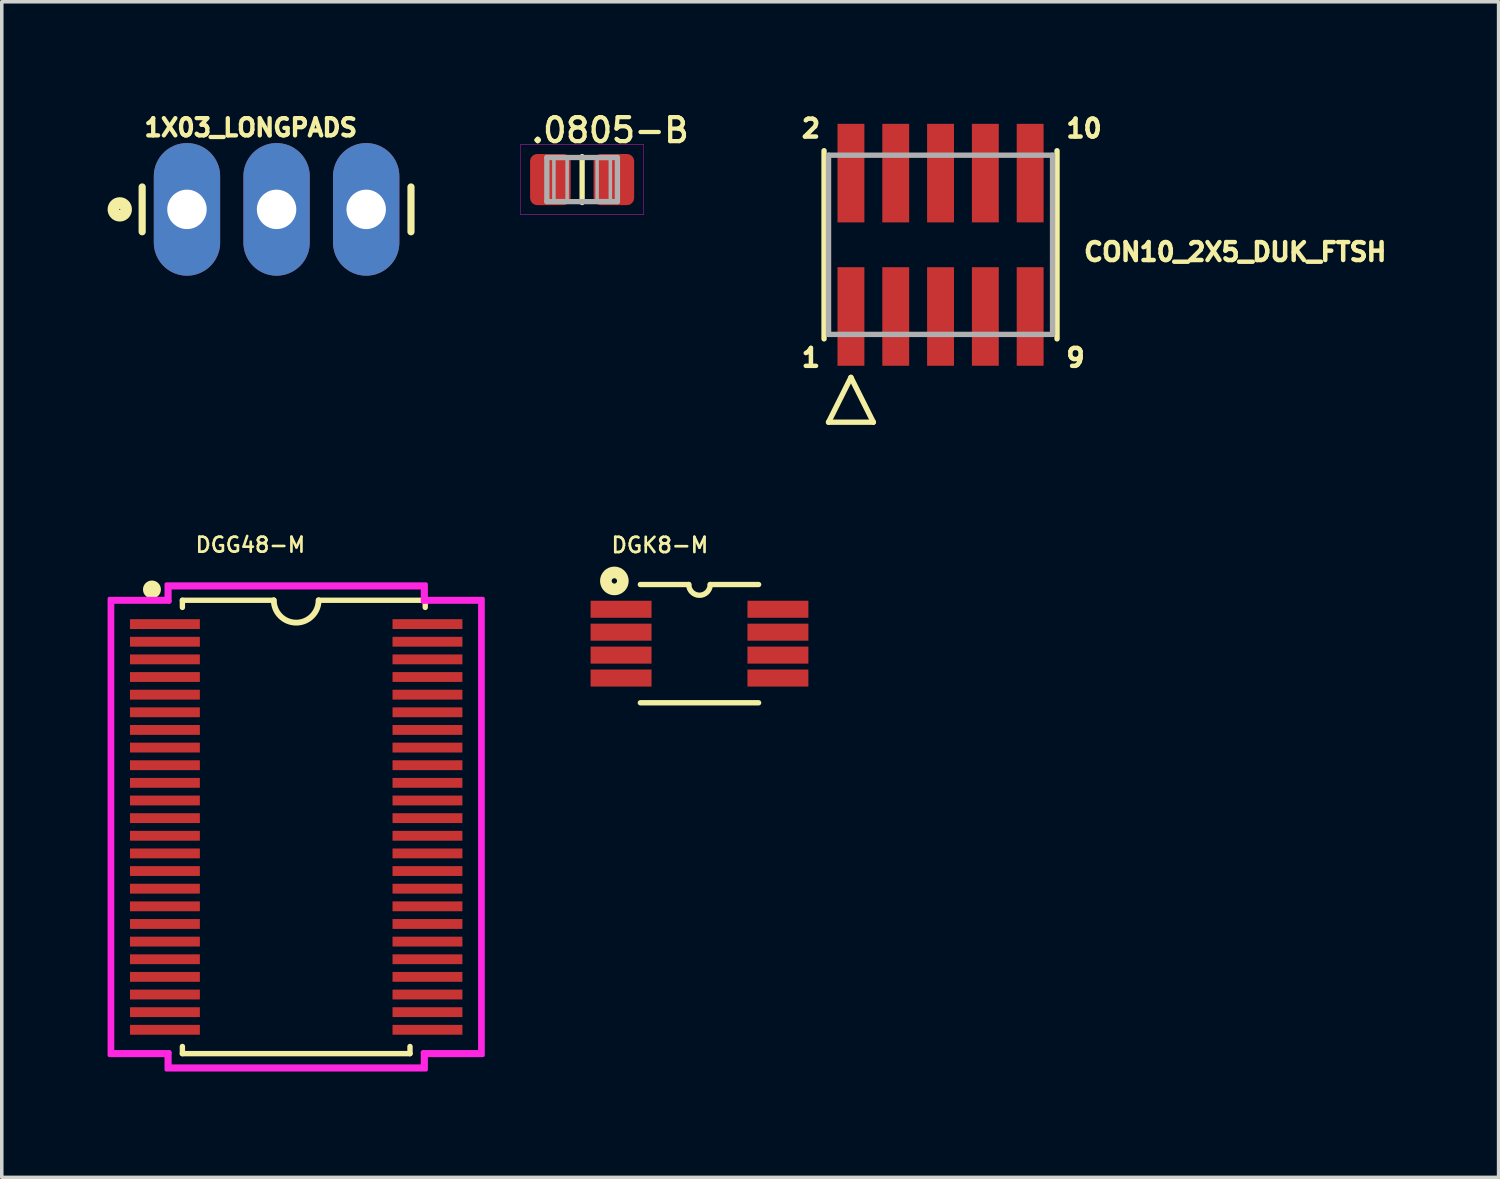
<source format=kicad_pcb>
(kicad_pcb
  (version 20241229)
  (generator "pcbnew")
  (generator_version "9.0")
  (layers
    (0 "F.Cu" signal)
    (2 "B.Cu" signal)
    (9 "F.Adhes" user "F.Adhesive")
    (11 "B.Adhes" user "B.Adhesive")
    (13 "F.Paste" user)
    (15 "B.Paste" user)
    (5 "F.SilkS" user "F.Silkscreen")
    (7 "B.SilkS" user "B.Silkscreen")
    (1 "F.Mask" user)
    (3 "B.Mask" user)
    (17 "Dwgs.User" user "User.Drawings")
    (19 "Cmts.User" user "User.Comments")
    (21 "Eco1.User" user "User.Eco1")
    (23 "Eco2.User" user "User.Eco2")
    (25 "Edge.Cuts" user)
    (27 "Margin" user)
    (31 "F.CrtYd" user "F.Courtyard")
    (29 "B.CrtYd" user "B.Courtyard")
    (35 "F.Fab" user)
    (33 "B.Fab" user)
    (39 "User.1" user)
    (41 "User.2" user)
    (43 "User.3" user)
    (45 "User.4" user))
  (footprint "DGG48-M"
    (layer "F.Cu")
    (at 5.346 20.391)
    (property "Reference" "DGG48-M" (at -2.896 -7.747 0) (unlocked yes) (layer "F.SilkS") (effects (font (size 0.425 0.425) (thickness 0.075)) (justify left bottom)))
    (fp_line (start -3.226 -6.426) (end -3.226 -6.223) (stroke (width 0.152) (type solid)) (layer "F.SilkS"))
    (fp_line (start -3.226 6.223) (end -3.226 6.426) (stroke (width 0.152) (type solid)) (layer "F.SilkS"))
    (fp_line (start -3.226 6.426) (end 3.226 6.426) (stroke (width 0.152) (type solid)) (layer "F.SilkS"))
    (fp_line (start -0.635 -6.426) (end -3.226 -6.426) (stroke (width 0.152) (type solid)) (layer "F.SilkS"))
    (fp_line (start 3.226 6.426) (end 3.226 6.223) (stroke (width 0.152) (type solid)) (layer "F.SilkS"))
    (fp_line (start 3.658 -6.426) (end 0.635 -6.426) (stroke (width 0.152) (type solid)) (layer "F.SilkS"))
    (fp_line (start 3.658 -6.223) (end 3.658 -6.426) (stroke (width 0.152) (type solid)) (layer "F.SilkS"))
    (fp_arc (start 0.635 -6.4262) (mid 0 -5.7912) (end -0.635 -6.4262) (stroke (width 0.1651) (type solid)) (layer "F.SilkS"))
    (fp_circle (center -4.089 -6.731) (end -3.962 -6.731) (stroke (width 0.254) (type solid)) (fill no) (layer "F.SilkS"))
    (fp_line (start -5.232 -6.401) (end -3.607 -6.401) (stroke (width 0.152) (type solid)) (layer "F.CrtYd"))
    (fp_line (start -5.232 6.401) (end -5.232 -6.401) (stroke (width 0.152) (type solid)) (layer "F.CrtYd"))
    (fp_line (start -5.232 6.401) (end -3.607 6.401) (stroke (width 0.152) (type solid)) (layer "F.CrtYd"))
    (fp_line (start -3.607 -6.807) (end 3.607 -6.807) (stroke (width 0.152) (type solid)) (layer "F.CrtYd"))
    (fp_line (start -3.607 -6.401) (end -3.607 -6.807) (stroke (width 0.152) (type solid)) (layer "F.CrtYd"))
    (fp_line (start -3.607 6.807) (end -3.607 6.401) (stroke (width 0.152) (type solid)) (layer "F.CrtYd"))
    (fp_line (start 3.607 -6.807) (end 3.607 -6.401) (stroke (width 0.152) (type solid)) (layer "F.CrtYd"))
    (fp_line (start 3.607 6.401) (end 3.607 6.807) (stroke (width 0.152) (type solid)) (layer "F.CrtYd"))
    (fp_line (start 3.607 6.807) (end -3.607 6.807) (stroke (width 0.152) (type solid)) (layer "F.CrtYd"))
    (fp_line (start 5.232 -6.401) (end 3.607 -6.401) (stroke (width 0.152) (type solid)) (layer "F.CrtYd"))
    (fp_line (start 5.232 -6.401) (end 5.232 6.401) (stroke (width 0.152) (type solid)) (layer "F.CrtYd"))
    (fp_line (start 5.232 6.401) (end 3.607 6.401) (stroke (width 0.152) (type solid)) (layer "F.CrtYd"))
    (fp_poly (pts (xy 3.683 -6.474) (xy 5.296 -6.474) (xy 5.296 6.474) (xy 3.683 6.474) (xy 3.683 6.883) (xy -3.683 6.883) (xy -3.683 6.474) (xy -5.296 6.474) (xy -5.296 -6.474) (xy -3.683 -6.474) (xy -3.683 -6.883) (xy 3.683 -6.883)) (stroke (width 0.1) (type default)) (fill no) (layer "F.CrtYd"))
    (pad "1" smd rect (at -3.721 -5.75) (size 1.981 0.279) (layers "F.Cu" "F.Mask" "F.Paste"))
    (pad "2" smd rect (at -3.721 -5.25) (size 1.981 0.279) (layers "F.Cu" "F.Mask" "F.Paste"))
    (pad "3" smd rect (at -3.721 -4.75) (size 1.981 0.279) (layers "F.Cu" "F.Mask" "F.Paste"))
    (pad "4" smd rect (at -3.721 -4.25) (size 1.981 0.279) (layers "F.Cu" "F.Mask" "F.Paste"))
    (pad "5" smd rect (at -3.721 -3.75) (size 1.981 0.279) (layers "F.Cu" "F.Mask" "F.Paste"))
    (pad "6" smd rect (at -3.721 -3.25) (size 1.981 0.279) (layers "F.Cu" "F.Mask" "F.Paste"))
    (pad "7" smd rect (at -3.721 -2.75) (size 1.981 0.279) (layers "F.Cu" "F.Mask" "F.Paste"))
    (pad "8" smd rect (at -3.721 -2.25) (size 1.981 0.279) (layers "F.Cu" "F.Mask" "F.Paste"))
    (pad "9" smd rect (at -3.721 -1.75) (size 1.981 0.279) (layers "F.Cu" "F.Mask" "F.Paste"))
    (pad "10" smd rect (at -3.721 -1.25) (size 1.981 0.279) (layers "F.Cu" "F.Mask" "F.Paste"))
    (pad "11" smd rect (at -3.721 -0.75) (size 1.981 0.279) (layers "F.Cu" "F.Mask" "F.Paste"))
    (pad "12" smd rect (at -3.721 -0.25) (size 1.981 0.279) (layers "F.Cu" "F.Mask" "F.Paste"))
    (pad "13" smd rect (at -3.721 0.25) (size 1.981 0.279) (layers "F.Cu" "F.Mask" "F.Paste"))
    (pad "14" smd rect (at -3.721 0.75) (size 1.981 0.279) (layers "F.Cu" "F.Mask" "F.Paste"))
    (pad "15" smd rect (at -3.721 1.25) (size 1.981 0.279) (layers "F.Cu" "F.Mask" "F.Paste"))
    (pad "16" smd rect (at -3.721 1.75) (size 1.981 0.279) (layers "F.Cu" "F.Mask" "F.Paste"))
    (pad "17" smd rect (at -3.721 2.25) (size 1.981 0.279) (layers "F.Cu" "F.Mask" "F.Paste"))
    (pad "18" smd rect (at -3.721 2.75) (size 1.981 0.279) (layers "F.Cu" "F.Mask" "F.Paste"))
    (pad "19" smd rect (at -3.721 3.25) (size 1.981 0.279) (layers "F.Cu" "F.Mask" "F.Paste"))
    (pad "20" smd rect (at -3.721 3.75) (size 1.981 0.279) (layers "F.Cu" "F.Mask" "F.Paste"))
    (pad "21" smd rect (at -3.721 4.25) (size 1.981 0.279) (layers "F.Cu" "F.Mask" "F.Paste"))
    (pad "22" smd rect (at -3.721 4.75) (size 1.981 0.279) (layers "F.Cu" "F.Mask" "F.Paste"))
    (pad "23" smd rect (at -3.721 5.25) (size 1.981 0.279) (layers "F.Cu" "F.Mask" "F.Paste"))
    (pad "24" smd rect (at -3.721 5.75) (size 1.981 0.279) (layers "F.Cu" "F.Mask" "F.Paste"))
    (pad "25" smd rect (at 3.721 5.75) (size 1.981 0.279) (layers "F.Cu" "F.Mask" "F.Paste"))
    (pad "26" smd rect (at 3.721 5.25) (size 1.981 0.279) (layers "F.Cu" "F.Mask" "F.Paste"))
    (pad "27" smd rect (at 3.721 4.75) (size 1.981 0.279) (layers "F.Cu" "F.Mask" "F.Paste"))
    (pad "28" smd rect (at 3.721 4.25) (size 1.981 0.279) (layers "F.Cu" "F.Mask" "F.Paste"))
    (pad "29" smd rect (at 3.721 3.75) (size 1.981 0.279) (layers "F.Cu" "F.Mask" "F.Paste"))
    (pad "30" smd rect (at 3.721 3.25) (size 1.981 0.279) (layers "F.Cu" "F.Mask" "F.Paste"))
    (pad "31" smd rect (at 3.721 2.75) (size 1.981 0.279) (layers "F.Cu" "F.Mask" "F.Paste"))
    (pad "32" smd rect (at 3.721 2.25) (size 1.981 0.279) (layers "F.Cu" "F.Mask" "F.Paste"))
    (pad "33" smd rect (at 3.721 1.75) (size 1.981 0.279) (layers "F.Cu" "F.Mask" "F.Paste"))
    (pad "34" smd rect (at 3.721 1.25) (size 1.981 0.279) (layers "F.Cu" "F.Mask" "F.Paste"))
    (pad "35" smd rect (at 3.721 0.75) (size 1.981 0.279) (layers "F.Cu" "F.Mask" "F.Paste"))
    (pad "36" smd rect (at 3.721 0.25) (size 1.981 0.279) (layers "F.Cu" "F.Mask" "F.Paste"))
    (pad "37" smd rect (at 3.721 -0.25) (size 1.981 0.279) (layers "F.Cu" "F.Mask" "F.Paste"))
    (pad "38" smd rect (at 3.721 -0.75) (size 1.981 0.279) (layers "F.Cu" "F.Mask" "F.Paste"))
    (pad "39" smd rect (at 3.721 -1.25) (size 1.981 0.279) (layers "F.Cu" "F.Mask" "F.Paste"))
    (pad "40" smd rect (at 3.721 -1.75) (size 1.981 0.279) (layers "F.Cu" "F.Mask" "F.Paste"))
    (pad "41" smd rect (at 3.721 -2.25) (size 1.981 0.279) (layers "F.Cu" "F.Mask" "F.Paste"))
    (pad "42" smd rect (at 3.721 -2.75) (size 1.981 0.279) (layers "F.Cu" "F.Mask" "F.Paste"))
    (pad "43" smd rect (at 3.721 -3.25) (size 1.981 0.279) (layers "F.Cu" "F.Mask" "F.Paste"))
    (pad "44" smd rect (at 3.721 -3.75) (size 1.981 0.279) (layers "F.Cu" "F.Mask" "F.Paste"))
    (pad "45" smd rect (at 3.721 -4.25) (size 1.981 0.279) (layers "F.Cu" "F.Mask" "F.Paste"))
    (pad "46" smd rect (at 3.721 -4.75) (size 1.981 0.279) (layers "F.Cu" "F.Mask" "F.Paste"))
    (pad "47" smd rect (at 3.721 -5.25) (size 1.981 0.279) (layers "F.Cu" "F.Mask" "F.Paste"))
    (pad "48" smd rect (at 3.721 -5.75) (size 1.981 0.279) (layers "F.Cu" "F.Mask" "F.Paste")))
  (footprint "CON10_2X5_DUK_FTSH"
    (layer "F.Cu")
    (at 23.611 3.889)
    (property "Reference" "CON10_2X5_DUK_FTSH" (at 4 0.5 0) (unlocked yes) (layer "F.SilkS") (effects (font (size 0.508 0.508) (thickness 0.127)) (justify left bottom)))
    (fp_line (start -3.302 -2.667) (end -3.302 2.667) (stroke (width 0.152) (type solid)) (layer "F.SilkS"))
    (fp_line (start -3.175 5.029) (end -1.905 5.029) (stroke (width 0.152) (type solid)) (layer "F.SilkS"))
    (fp_line (start -2.54 3.759) (end -3.175 5.029) (stroke (width 0.152) (type solid)) (layer "F.SilkS"))
    (fp_line (start -1.905 5.029) (end -2.54 3.759) (stroke (width 0.152) (type solid)) (layer "F.SilkS"))
    (fp_line (start 3.302 2.667) (end 3.302 -2.667) (stroke (width 0.152) (type solid)) (layer "F.SilkS"))
    (fp_line (start -3.175 -2.54) (end -3.175 2.54) (stroke (width 0.152) (type solid)) (layer "F.Fab"))
    (fp_line (start -3.175 2.54) (end 3.175 2.54) (stroke (width 0.152) (type solid)) (layer "F.Fab"))
    (fp_line (start 3.175 -2.54) (end -3.175 -2.54) (stroke (width 0.152) (type solid)) (layer "F.Fab"))
    (fp_line (start 3.175 2.54) (end 3.175 -2.54) (stroke (width 0.152) (type solid)) (layer "F.Fab"))
    (fp_text user "1" (at -4 3.5 0) (unlocked yes) (layer "F.SilkS") (effects (font (size 0.508 0.508) (thickness 0.127)) (justify left bottom)))
    (fp_text user "10" (at 3.5 -3 0) (unlocked yes) (layer "F.SilkS") (effects (font (size 0.508 0.508) (thickness 0.127)) (justify left bottom)))
    (fp_text user "2" (at -4 -3 0) (unlocked yes) (layer "F.SilkS") (effects (font (size 0.508 0.508) (thickness 0.127)) (justify left bottom)))
    (fp_text user "9" (at 3.5 3.5 0) (unlocked yes) (layer "F.SilkS") (effects (font (size 0.508 0.508) (thickness 0.127)) (justify left bottom)))
    (pad "1" smd rect (at -2.54 2.032) (size 0.762 2.794) (layers "F.Cu" "F.Mask" "F.Paste"))
    (pad "2" smd rect (at -2.54 -2.032) (size 0.762 2.794) (layers "F.Cu" "F.Mask" "F.Paste"))
    (pad "3" smd rect (at -1.27 2.032) (size 0.762 2.794) (layers "F.Cu" "F.Mask" "F.Paste"))
    (pad "4" smd rect (at -1.27 -2.032) (size 0.762 2.794) (layers "F.Cu" "F.Mask" "F.Paste"))
    (pad "5" smd rect (at 0 2.032) (size 0.762 2.794) (layers "F.Cu" "F.Mask" "F.Paste"))
    (pad "6" smd rect (at 0 -2.032) (size 0.762 2.794) (layers "F.Cu" "F.Mask" "F.Paste"))
    (pad "7" smd rect (at 1.27 2.032) (size 0.762 2.794) (layers "F.Cu" "F.Mask" "F.Paste"))
    (pad "8" smd rect (at 1.27 -2.032) (size 0.762 2.794) (layers "F.Cu" "F.Mask" "F.Paste"))
    (pad "9" smd rect (at 2.54 2.032) (size 0.762 2.794) (layers "F.Cu" "F.Mask" "F.Paste"))
    (pad "10" smd rect (at 2.54 -2.032) (size 0.762 2.794) (layers "F.Cu" "F.Mask" "F.Paste")))
  (footprint "1X03_LONGPADS"
    (layer "F.Cu")
    (at 2.25 2.885)
    (property "Reference" "1X03_LONGPADS" (at -1.27 -2.032 0) (unlocked yes) (layer "F.SilkS") (effects (font (size 0.488 0.488) (thickness 0.122)) (justify left bottom)))
    (fp_line (start -1.27 -0.635) (end -1.27 0.635) (stroke (width 0.203) (type solid)) (layer "F.SilkS"))
    (fp_line (start 6.35 -0.635) (end 6.35 0.635) (stroke (width 0.203) (type solid)) (layer "F.SilkS"))
    (fp_circle (center -1.905 0) (end -1.725 0) (stroke (width 0.33) (type solid)) (fill no) (layer "F.SilkS"))
    (fp_poly (pts (xy -0.254 0.254) (xy 0.254 0.254) (xy 0.254 -0.254) (xy -0.254 -0.254)) (stroke (width 0.1) (type default)) (fill no) (layer "F.Fab"))
    (fp_poly (pts (xy 2.286 0.254) (xy 2.794 0.254) (xy 2.794 -0.254) (xy 2.286 -0.254)) (stroke (width 0.1) (type default)) (fill no) (layer "F.Fab"))
    (fp_poly (pts (xy 4.826 0.254) (xy 5.334 0.254) (xy 5.334 -0.254) (xy 4.826 -0.254)) (stroke (width 0.1) (type default)) (fill no) (layer "F.Fab"))
    (pad "1" thru_hole oval (at 0 0 90) (size 3.759 1.88) (drill 1.118) (layers "*.Cu" "*.Mask"))
    (pad "2" thru_hole oval (at 2.54 0 90) (size 3.759 1.88) (drill 1.118) (layers "*.Cu" "*.Mask"))
    (pad "3" thru_hole oval (at 5.08 0 90) (size 3.759 1.88) (drill 1.118) (layers "*.Cu" "*.Mask")))
  (footprint ".0805-B"
    (layer "F.Cu")
    (at 13.451 2.04)
    (property "Reference" ".0805-B" (at -1.5 -1 0) (unlocked yes) (layer "F.SilkS") (effects (font (size 0.68 0.68) (thickness 0.12)) (justify left bottom)))
    (fp_poly (pts (xy -0.26 0.79) (xy -1.54 0.79) (xy -1.54 -0.79) (xy -0.26 -0.79)) (stroke (width 0) (type default)) (fill yes) (layer "F.Mask"))
    (fp_poly (pts (xy 1.54 0.79) (xy 0.26 0.79) (xy 0.26 -0.79) (xy 1.54 -0.79)) (stroke (width 0) (type default)) (fill yes) (layer "F.Mask"))
    (fp_line (start 0 -0.65) (end 0 0.65) (stroke (width 0.15) (type solid)) (layer "F.SilkS"))
    (fp_line (start -1.745 -0.995) (end -1.745 0.995) (stroke (width 0.01) (type solid)) (layer "F.CrtYd"))
    (fp_line (start -1.745 0.995) (end 1.745 0.995) (stroke (width 0.01) (type solid)) (layer "F.CrtYd"))
    (fp_line (start 1.745 -0.995) (end -1.745 -0.995) (stroke (width 0.01) (type solid)) (layer "F.CrtYd"))
    (fp_line (start 1.745 0.995) (end 1.745 -0.995) (stroke (width 0.01) (type solid)) (layer "F.CrtYd"))
    (fp_line (start -1 -0.625) (end 1 -0.625) (stroke (width 0.15) (type solid)) (layer "F.Fab"))
    (fp_line (start -1 0.625) (end -1 -0.625) (stroke (width 0.15) (type solid)) (layer "F.Fab"))
    (fp_line (start 1 -0.625) (end 1 0.625) (stroke (width 0.15) (type solid)) (layer "F.Fab"))
    (fp_line (start 1 0.625) (end -1 0.625) (stroke (width 0.15) (type solid)) (layer "F.Fab"))
    (fp_poly (pts (xy -0.8 0.6) (xy -0.425 0.6) (xy -0.425 -0.6) (xy -0.8 -0.6)) (stroke (width 0.1) (type default)) (fill no) (layer "F.Fab"))
    (fp_poly (pts (xy 0.425 0.6) (xy 0.8 0.6) (xy 0.8 -0.6) (xy 0.425 -0.6)) (stroke (width 0.1) (type default)) (fill no) (layer "F.Fab"))
    (pad "1" smd roundrect (at -0.9 0) (size 1.15 1.45) (layers "F.Cu" "F.Paste") (roundrect_rratio 0.175))
    (pad "2" smd roundrect (at 0.9 0) (size 1.15 1.45) (layers "F.Cu" "F.Paste") (roundrect_rratio 0.175)))
  (footprint "DGK8-M"
    (layer "F.Cu")
    (at 16.778 15.195)
    (property "Reference" "DGK8-M" (at -2.54 -2.54 0) (unlocked yes) (layer "F.SilkS") (effects (font (size 0.432 0.432) (thickness 0.076)) (justify left bottom)))
    (fp_line (start -1.676 1.676) (end 1.676 1.676) (stroke (width 0.152) (type solid)) (layer "F.SilkS"))
    (fp_line (start -0.305 -1.676) (end -1.676 -1.676) (stroke (width 0.152) (type solid)) (layer "F.SilkS"))
    (fp_line (start 1.676 -1.676) (end 0.305 -1.676) (stroke (width 0.152) (type solid)) (layer "F.SilkS"))
    (fp_arc (start 0.3048 -1.6764) (mid 0 -1.3716) (end -0.3048 -1.6764) (stroke (width 0.1524) (type solid)) (layer "F.SilkS"))
    (fp_circle (center -2.413 -1.778) (end -2.337 -1.778) (stroke (width 0.33) (type solid)) (fill no) (layer "F.SilkS"))
    (pad "1" smd rect (at -2.223 -0.975) (size 1.727 0.483) (layers "F.Cu" "F.Mask" "F.Paste"))
    (pad "2" smd rect (at -2.223 -0.325) (size 1.727 0.483) (layers "F.Cu" "F.Mask" "F.Paste"))
    (pad "3" smd rect (at -2.223 0.325) (size 1.727 0.483) (layers "F.Cu" "F.Mask" "F.Paste"))
    (pad "4" smd rect (at -2.223 0.975) (size 1.727 0.483) (layers "F.Cu" "F.Mask" "F.Paste"))
    (pad "5" smd rect (at 2.223 0.975) (size 1.727 0.483) (layers "F.Cu" "F.Mask" "F.Paste"))
    (pad "6" smd rect (at 2.223 0.325) (size 1.727 0.483) (layers "F.Cu" "F.Mask" "F.Paste"))
    (pad "7" smd rect (at 2.223 -0.325) (size 1.727 0.483) (layers "F.Cu" "F.Mask" "F.Paste"))
    (pad "8" smd rect (at 2.223 -0.975) (size 1.727 0.483) (layers "F.Cu" "F.Mask" "F.Paste")))
  (gr_rect
    (start -3 -3)
    (end 39.43 30.325)
    (stroke (width 0.1) (type default))
    (fill no)
    (layer "Edge.Cuts")))
</source>
